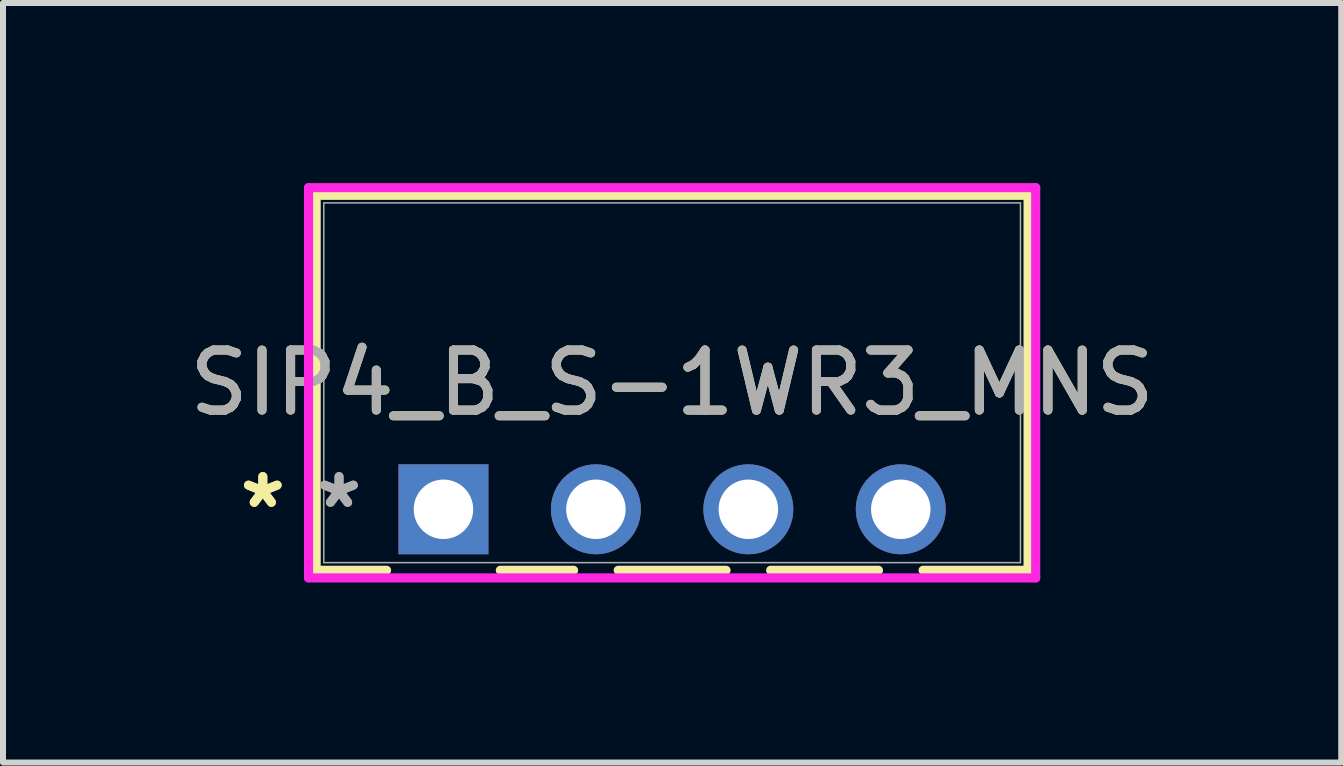
<source format=kicad_pcb>
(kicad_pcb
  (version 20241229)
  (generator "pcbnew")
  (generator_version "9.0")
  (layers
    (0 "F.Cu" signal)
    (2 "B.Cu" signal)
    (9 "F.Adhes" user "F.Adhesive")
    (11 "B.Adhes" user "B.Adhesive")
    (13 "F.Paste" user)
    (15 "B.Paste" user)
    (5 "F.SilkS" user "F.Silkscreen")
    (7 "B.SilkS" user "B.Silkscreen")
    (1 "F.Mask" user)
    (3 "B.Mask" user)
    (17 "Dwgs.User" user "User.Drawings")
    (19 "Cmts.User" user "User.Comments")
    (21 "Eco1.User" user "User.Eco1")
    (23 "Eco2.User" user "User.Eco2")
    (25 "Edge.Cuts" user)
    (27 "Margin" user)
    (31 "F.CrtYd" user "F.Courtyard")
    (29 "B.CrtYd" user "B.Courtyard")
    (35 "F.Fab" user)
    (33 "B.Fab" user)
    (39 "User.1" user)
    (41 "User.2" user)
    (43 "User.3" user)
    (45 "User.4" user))
  (footprint "SIP4_B_S-1WR3_MNS"
    (layer "F.Cu")
    (at 4.339 5.436)
    (property "Reference" "SIP4_B_S-1WR3_MNS" (at 3.81 -2.108 0) (unlocked yes) (layer "F.SilkS") (effects (font (size 1 1) (thickness 0.15))))
    (attr through_hole)
    (fp_line (start -2.121 -5.232) (end -2.121 1.016) (stroke (width 0.152) (type solid)) (layer "F.SilkS"))
    (fp_line (start -2.121 1.016) (end -0.948 1.016) (stroke (width 0.152) (type solid)) (layer "F.SilkS"))
    (fp_line (start 0.948 1.016) (end 2.168 1.016) (stroke (width 0.152) (type solid)) (layer "F.SilkS"))
    (fp_line (start 2.912 1.016) (end 4.708 1.016) (stroke (width 0.152) (type solid)) (layer "F.SilkS"))
    (fp_line (start 5.452 1.016) (end 7.248 1.016) (stroke (width 0.152) (type solid)) (layer "F.SilkS"))
    (fp_line (start 7.992 1.016) (end 9.741 1.016) (stroke (width 0.152) (type solid)) (layer "F.SilkS"))
    (fp_line (start 9.741 -5.232) (end -2.121 -5.232) (stroke (width 0.152) (type solid)) (layer "F.SilkS"))
    (fp_line (start 9.741 1.016) (end 9.741 -5.232) (stroke (width 0.152) (type solid)) (layer "F.SilkS"))
    (fp_line (start -2.248 -5.359) (end 9.868 -5.359) (stroke (width 0.152) (type solid)) (layer "F.CrtYd"))
    (fp_line (start -2.248 1.143) (end -2.248 -5.359) (stroke (width 0.152) (type solid)) (layer "F.CrtYd"))
    (fp_line (start 9.868 -5.359) (end 9.868 1.143) (stroke (width 0.152) (type solid)) (layer "F.CrtYd"))
    (fp_line (start 9.868 1.143) (end -2.248 1.143) (stroke (width 0.152) (type solid)) (layer "F.CrtYd"))
    (fp_line (start -1.994 -5.105) (end -1.994 0.889) (stroke (width 0.025) (type solid)) (layer "F.Fab"))
    (fp_line (start -1.994 0.889) (end 9.614 0.889) (stroke (width 0.025) (type solid)) (layer "F.Fab"))
    (fp_line (start 9.614 -5.105) (end -1.994 -5.105) (stroke (width 0.025) (type solid)) (layer "F.Fab"))
    (fp_line (start 9.614 0.889) (end 9.614 -5.105) (stroke (width 0.025) (type solid)) (layer "F.Fab"))
    (fp_text user "*" (at -3.01 0 0) (unlocked yes) (layer "F.SilkS") (effects (font (size 1 1) (thickness 0.15))))
    (fp_text user "*" (at -3.01 0 0) (layer "F.SilkS") (effects (font (size 1 1) (thickness 0.15))))
    (fp_text user "${REFERENCE}" (at 3.81 -2.108 0) (unlocked yes) (layer "F.Fab") (effects (font (size 1 1) (thickness 0.15))))
    (fp_text user "*" (at -1.74 0 0) (unlocked yes) (layer "F.Fab") (effects (font (size 1 1) (thickness 0.15))))
    (fp_text user "*" (at -1.74 0 0) (layer "F.Fab") (effects (font (size 1 1) (thickness 0.15))))
    (pad "1" thru_hole rect (at 0 0) (size 1.499 1.499) (drill 0.991) (layers "*.Cu" "*.Mask"))
    (pad "2" thru_hole circle (at 2.54 0) (size 1.499 1.499) (drill 0.991) (layers "*.Cu" "*.Mask"))
    (pad "3" thru_hole circle (at 5.08 0) (size 1.499 1.499) (drill 0.991) (layers "*.Cu" "*.Mask"))
    (pad "4" thru_hole circle (at 7.62 0) (size 1.499 1.499) (drill 0.991) (layers "*.Cu" "*.Mask")))
  (gr_rect
    (start -3 -3)
    (end 19.298 9.655)
    (stroke (width 0.1) (type default))
    (fill no)
    (layer "Edge.Cuts")))
</source>
